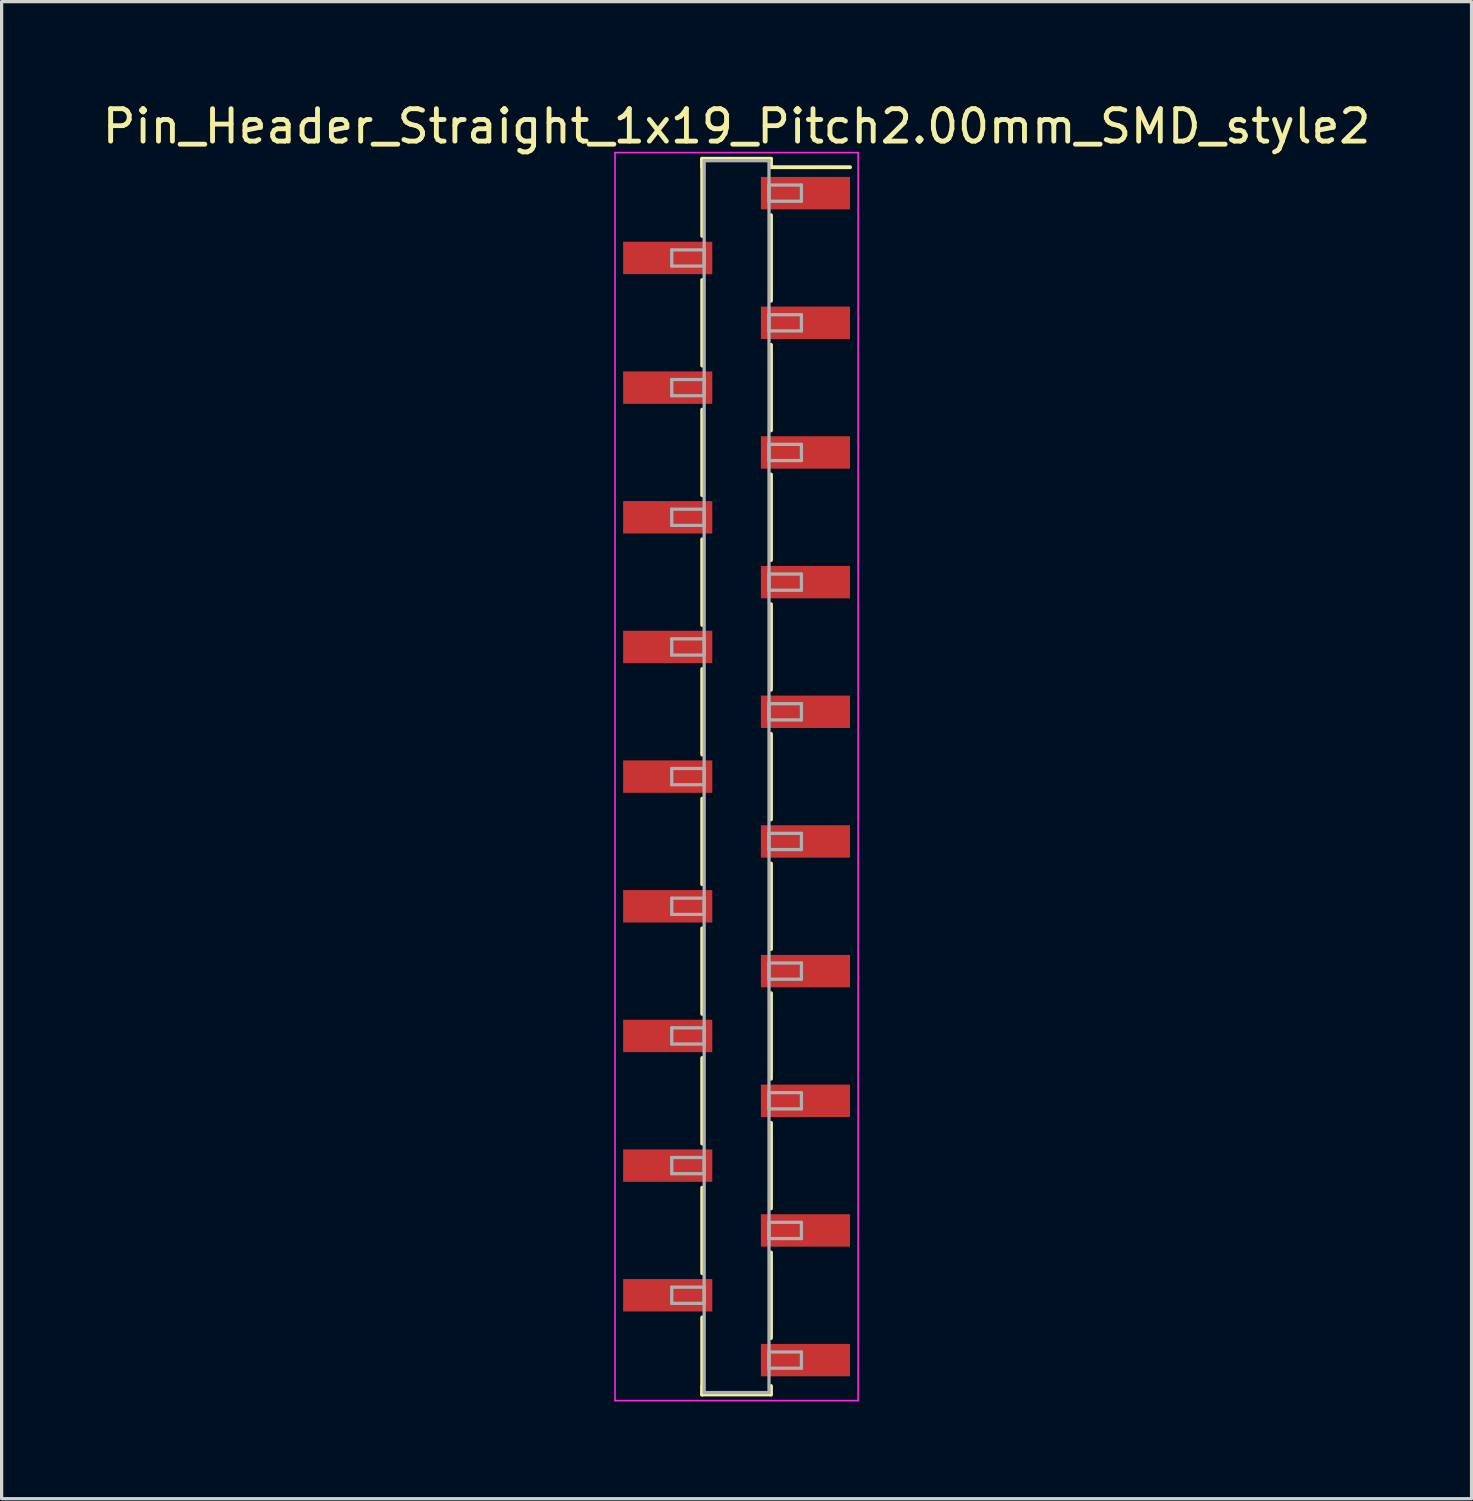
<source format=kicad_pcb>
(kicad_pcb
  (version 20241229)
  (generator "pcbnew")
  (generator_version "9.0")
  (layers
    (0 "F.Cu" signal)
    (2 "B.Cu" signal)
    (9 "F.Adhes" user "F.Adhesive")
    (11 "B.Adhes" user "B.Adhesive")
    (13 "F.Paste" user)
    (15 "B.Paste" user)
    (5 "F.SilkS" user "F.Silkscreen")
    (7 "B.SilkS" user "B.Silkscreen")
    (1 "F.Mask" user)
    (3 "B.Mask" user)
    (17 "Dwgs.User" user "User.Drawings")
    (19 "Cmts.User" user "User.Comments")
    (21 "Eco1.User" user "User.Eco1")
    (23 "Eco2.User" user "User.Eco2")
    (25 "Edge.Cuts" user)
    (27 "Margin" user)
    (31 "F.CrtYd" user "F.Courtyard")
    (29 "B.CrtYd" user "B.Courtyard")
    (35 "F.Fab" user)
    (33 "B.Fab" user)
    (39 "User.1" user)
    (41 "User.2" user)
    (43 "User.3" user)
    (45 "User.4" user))
  (footprint "Pin_Header_Straight_1x19_Pitch2.00mm_SMD_style2"
    (layer "F.Cu")
    (at 19.673 20.908)
    (property "Reference" "Pin_Header_Straight_1x19_Pitch2.00mm_SMD_style2" (at 0 -20.06 0) (layer "F.SilkS") (effects (font (size 1 1) (thickness 0.15))))
    (attr smd)
    (fp_line (start -1.06 -19.06) (end -1.06 -16.68) (stroke (width 0.12) (type solid)) (layer "F.SilkS"))
    (fp_line (start -1.06 -19.06) (end 1.06 -19.06) (stroke (width 0.12) (type solid)) (layer "F.SilkS"))
    (fp_line (start -1.06 -18.8) (end -1.06 -19.06) (stroke (width 0.12) (type solid)) (layer "F.SilkS"))
    (fp_line (start -1.06 -15.32) (end -1.06 -12.68) (stroke (width 0.12) (type solid)) (layer "F.SilkS"))
    (fp_line (start -1.06 -11.32) (end -1.06 -8.68) (stroke (width 0.12) (type solid)) (layer "F.SilkS"))
    (fp_line (start -1.06 -7.32) (end -1.06 -4.68) (stroke (width 0.12) (type solid)) (layer "F.SilkS"))
    (fp_line (start -1.06 -3.32) (end -1.06 -0.68) (stroke (width 0.12) (type solid)) (layer "F.SilkS"))
    (fp_line (start -1.06 0.68) (end -1.06 3.32) (stroke (width 0.12) (type solid)) (layer "F.SilkS"))
    (fp_line (start -1.06 4.68) (end -1.06 7.32) (stroke (width 0.12) (type solid)) (layer "F.SilkS"))
    (fp_line (start -1.06 8.68) (end -1.06 11.32) (stroke (width 0.12) (type solid)) (layer "F.SilkS"))
    (fp_line (start -1.06 12.68) (end -1.06 15.32) (stroke (width 0.12) (type solid)) (layer "F.SilkS"))
    (fp_line (start -1.06 16.68) (end -1.06 19.06) (stroke (width 0.12) (type solid)) (layer "F.SilkS"))
    (fp_line (start -1.06 18.8) (end -1.06 19.06) (stroke (width 0.12) (type solid)) (layer "F.SilkS"))
    (fp_line (start -1.06 19.06) (end 1.06 19.06) (stroke (width 0.12) (type solid)) (layer "F.SilkS"))
    (fp_line (start 1.06 -19.06) (end 1.06 -18.8) (stroke (width 0.12) (type solid)) (layer "F.SilkS"))
    (fp_line (start 1.06 -18.8) (end 3.5 -18.8) (stroke (width 0.12) (type solid)) (layer "F.SilkS"))
    (fp_line (start 1.06 -17.32) (end 1.06 -14.68) (stroke (width 0.12) (type solid)) (layer "F.SilkS"))
    (fp_line (start 1.06 -13.32) (end 1.06 -10.68) (stroke (width 0.12) (type solid)) (layer "F.SilkS"))
    (fp_line (start 1.06 -9.32) (end 1.06 -6.68) (stroke (width 0.12) (type solid)) (layer "F.SilkS"))
    (fp_line (start 1.06 -5.32) (end 1.06 -2.68) (stroke (width 0.12) (type solid)) (layer "F.SilkS"))
    (fp_line (start 1.06 -1.32) (end 1.06 1.32) (stroke (width 0.12) (type solid)) (layer "F.SilkS"))
    (fp_line (start 1.06 2.68) (end 1.06 5.32) (stroke (width 0.12) (type solid)) (layer "F.SilkS"))
    (fp_line (start 1.06 6.68) (end 1.06 9.32) (stroke (width 0.12) (type solid)) (layer "F.SilkS"))
    (fp_line (start 1.06 10.68) (end 1.06 13.32) (stroke (width 0.12) (type solid)) (layer "F.SilkS"))
    (fp_line (start 1.06 14.68) (end 1.06 17.32) (stroke (width 0.12) (type solid)) (layer "F.SilkS"))
    (fp_line (start 1.06 19.06) (end 1.06 18.8) (stroke (width 0.12) (type solid)) (layer "F.SilkS"))
    (fp_line (start -3.75 -19.25) (end -3.75 19.25) (stroke (width 0.05) (type solid)) (layer "F.CrtYd"))
    (fp_line (start -3.75 19.25) (end 3.75 19.25) (stroke (width 0.05) (type solid)) (layer "F.CrtYd"))
    (fp_line (start 3.75 -19.25) (end -3.75 -19.25) (stroke (width 0.05) (type solid)) (layer "F.CrtYd"))
    (fp_line (start 3.75 19.25) (end 3.75 -19.25) (stroke (width 0.05) (type solid)) (layer "F.CrtYd"))
    (fp_line (start -2 -16.25) (end -1 -16.25) (stroke (width 0.1) (type solid)) (layer "F.Fab"))
    (fp_line (start -2 -15.75) (end -2 -16.25) (stroke (width 0.1) (type solid)) (layer "F.Fab"))
    (fp_line (start -2 -12.25) (end -1 -12.25) (stroke (width 0.1) (type solid)) (layer "F.Fab"))
    (fp_line (start -2 -11.75) (end -2 -12.25) (stroke (width 0.1) (type solid)) (layer "F.Fab"))
    (fp_line (start -2 -8.25) (end -1 -8.25) (stroke (width 0.1) (type solid)) (layer "F.Fab"))
    (fp_line (start -2 -7.75) (end -2 -8.25) (stroke (width 0.1) (type solid)) (layer "F.Fab"))
    (fp_line (start -2 -4.25) (end -1 -4.25) (stroke (width 0.1) (type solid)) (layer "F.Fab"))
    (fp_line (start -2 -3.75) (end -2 -4.25) (stroke (width 0.1) (type solid)) (layer "F.Fab"))
    (fp_line (start -2 -0.25) (end -1 -0.25) (stroke (width 0.1) (type solid)) (layer "F.Fab"))
    (fp_line (start -2 0.25) (end -2 -0.25) (stroke (width 0.1) (type solid)) (layer "F.Fab"))
    (fp_line (start -2 3.75) (end -1 3.75) (stroke (width 0.1) (type solid)) (layer "F.Fab"))
    (fp_line (start -2 4.25) (end -2 3.75) (stroke (width 0.1) (type solid)) (layer "F.Fab"))
    (fp_line (start -2 7.75) (end -1 7.75) (stroke (width 0.1) (type solid)) (layer "F.Fab"))
    (fp_line (start -2 8.25) (end -2 7.75) (stroke (width 0.1) (type solid)) (layer "F.Fab"))
    (fp_line (start -2 11.75) (end -1 11.75) (stroke (width 0.1) (type solid)) (layer "F.Fab"))
    (fp_line (start -2 12.25) (end -2 11.75) (stroke (width 0.1) (type solid)) (layer "F.Fab"))
    (fp_line (start -2 15.75) (end -1 15.75) (stroke (width 0.1) (type solid)) (layer "F.Fab"))
    (fp_line (start -2 16.25) (end -2 15.75) (stroke (width 0.1) (type solid)) (layer "F.Fab"))
    (fp_line (start -1 -19) (end -1 19) (stroke (width 0.1) (type solid)) (layer "F.Fab"))
    (fp_line (start -1 -16.25) (end -1 -15.75) (stroke (width 0.1) (type solid)) (layer "F.Fab"))
    (fp_line (start -1 -15.75) (end -2 -15.75) (stroke (width 0.1) (type solid)) (layer "F.Fab"))
    (fp_line (start -1 -12.25) (end -1 -11.75) (stroke (width 0.1) (type solid)) (layer "F.Fab"))
    (fp_line (start -1 -11.75) (end -2 -11.75) (stroke (width 0.1) (type solid)) (layer "F.Fab"))
    (fp_line (start -1 -8.25) (end -1 -7.75) (stroke (width 0.1) (type solid)) (layer "F.Fab"))
    (fp_line (start -1 -7.75) (end -2 -7.75) (stroke (width 0.1) (type solid)) (layer "F.Fab"))
    (fp_line (start -1 -4.25) (end -1 -3.75) (stroke (width 0.1) (type solid)) (layer "F.Fab"))
    (fp_line (start -1 -3.75) (end -2 -3.75) (stroke (width 0.1) (type solid)) (layer "F.Fab"))
    (fp_line (start -1 -0.25) (end -1 0.25) (stroke (width 0.1) (type solid)) (layer "F.Fab"))
    (fp_line (start -1 0.25) (end -2 0.25) (stroke (width 0.1) (type solid)) (layer "F.Fab"))
    (fp_line (start -1 3.75) (end -1 4.25) (stroke (width 0.1) (type solid)) (layer "F.Fab"))
    (fp_line (start -1 4.25) (end -2 4.25) (stroke (width 0.1) (type solid)) (layer "F.Fab"))
    (fp_line (start -1 7.75) (end -1 8.25) (stroke (width 0.1) (type solid)) (layer "F.Fab"))
    (fp_line (start -1 8.25) (end -2 8.25) (stroke (width 0.1) (type solid)) (layer "F.Fab"))
    (fp_line (start -1 11.75) (end -1 12.25) (stroke (width 0.1) (type solid)) (layer "F.Fab"))
    (fp_line (start -1 12.25) (end -2 12.25) (stroke (width 0.1) (type solid)) (layer "F.Fab"))
    (fp_line (start -1 15.75) (end -1 16.25) (stroke (width 0.1) (type solid)) (layer "F.Fab"))
    (fp_line (start -1 16.25) (end -2 16.25) (stroke (width 0.1) (type solid)) (layer "F.Fab"))
    (fp_line (start -1 19) (end 1 19) (stroke (width 0.1) (type solid)) (layer "F.Fab"))
    (fp_line (start 1 -19) (end -1 -19) (stroke (width 0.1) (type solid)) (layer "F.Fab"))
    (fp_line (start 1 -18.25) (end 1 -17.75) (stroke (width 0.1) (type solid)) (layer "F.Fab"))
    (fp_line (start 1 -17.75) (end 2 -17.75) (stroke (width 0.1) (type solid)) (layer "F.Fab"))
    (fp_line (start 1 -14.25) (end 1 -13.75) (stroke (width 0.1) (type solid)) (layer "F.Fab"))
    (fp_line (start 1 -13.75) (end 2 -13.75) (stroke (width 0.1) (type solid)) (layer "F.Fab"))
    (fp_line (start 1 -10.25) (end 1 -9.75) (stroke (width 0.1) (type solid)) (layer "F.Fab"))
    (fp_line (start 1 -9.75) (end 2 -9.75) (stroke (width 0.1) (type solid)) (layer "F.Fab"))
    (fp_line (start 1 -6.25) (end 1 -5.75) (stroke (width 0.1) (type solid)) (layer "F.Fab"))
    (fp_line (start 1 -5.75) (end 2 -5.75) (stroke (width 0.1) (type solid)) (layer "F.Fab"))
    (fp_line (start 1 -2.25) (end 1 -1.75) (stroke (width 0.1) (type solid)) (layer "F.Fab"))
    (fp_line (start 1 -1.75) (end 2 -1.75) (stroke (width 0.1) (type solid)) (layer "F.Fab"))
    (fp_line (start 1 1.75) (end 1 2.25) (stroke (width 0.1) (type solid)) (layer "F.Fab"))
    (fp_line (start 1 2.25) (end 2 2.25) (stroke (width 0.1) (type solid)) (layer "F.Fab"))
    (fp_line (start 1 5.75) (end 1 6.25) (stroke (width 0.1) (type solid)) (layer "F.Fab"))
    (fp_line (start 1 6.25) (end 2 6.25) (stroke (width 0.1) (type solid)) (layer "F.Fab"))
    (fp_line (start 1 9.75) (end 1 10.25) (stroke (width 0.1) (type solid)) (layer "F.Fab"))
    (fp_line (start 1 10.25) (end 2 10.25) (stroke (width 0.1) (type solid)) (layer "F.Fab"))
    (fp_line (start 1 13.75) (end 1 14.25) (stroke (width 0.1) (type solid)) (layer "F.Fab"))
    (fp_line (start 1 14.25) (end 2 14.25) (stroke (width 0.1) (type solid)) (layer "F.Fab"))
    (fp_line (start 1 17.75) (end 1 18.25) (stroke (width 0.1) (type solid)) (layer "F.Fab"))
    (fp_line (start 1 18.25) (end 2 18.25) (stroke (width 0.1) (type solid)) (layer "F.Fab"))
    (fp_line (start 1 19) (end 1 -19) (stroke (width 0.1) (type solid)) (layer "F.Fab"))
    (fp_line (start 2 -18.25) (end 1 -18.25) (stroke (width 0.1) (type solid)) (layer "F.Fab"))
    (fp_line (start 2 -17.75) (end 2 -18.25) (stroke (width 0.1) (type solid)) (layer "F.Fab"))
    (fp_line (start 2 -14.25) (end 1 -14.25) (stroke (width 0.1) (type solid)) (layer "F.Fab"))
    (fp_line (start 2 -13.75) (end 2 -14.25) (stroke (width 0.1) (type solid)) (layer "F.Fab"))
    (fp_line (start 2 -10.25) (end 1 -10.25) (stroke (width 0.1) (type solid)) (layer "F.Fab"))
    (fp_line (start 2 -9.75) (end 2 -10.25) (stroke (width 0.1) (type solid)) (layer "F.Fab"))
    (fp_line (start 2 -6.25) (end 1 -6.25) (stroke (width 0.1) (type solid)) (layer "F.Fab"))
    (fp_line (start 2 -5.75) (end 2 -6.25) (stroke (width 0.1) (type solid)) (layer "F.Fab"))
    (fp_line (start 2 -2.25) (end 1 -2.25) (stroke (width 0.1) (type solid)) (layer "F.Fab"))
    (fp_line (start 2 -1.75) (end 2 -2.25) (stroke (width 0.1) (type solid)) (layer "F.Fab"))
    (fp_line (start 2 1.75) (end 1 1.75) (stroke (width 0.1) (type solid)) (layer "F.Fab"))
    (fp_line (start 2 2.25) (end 2 1.75) (stroke (width 0.1) (type solid)) (layer "F.Fab"))
    (fp_line (start 2 5.75) (end 1 5.75) (stroke (width 0.1) (type solid)) (layer "F.Fab"))
    (fp_line (start 2 6.25) (end 2 5.75) (stroke (width 0.1) (type solid)) (layer "F.Fab"))
    (fp_line (start 2 9.75) (end 1 9.75) (stroke (width 0.1) (type solid)) (layer "F.Fab"))
    (fp_line (start 2 10.25) (end 2 9.75) (stroke (width 0.1) (type solid)) (layer "F.Fab"))
    (fp_line (start 2 13.75) (end 1 13.75) (stroke (width 0.1) (type solid)) (layer "F.Fab"))
    (fp_line (start 2 14.25) (end 2 13.75) (stroke (width 0.1) (type solid)) (layer "F.Fab"))
    (fp_line (start 2 17.75) (end 1 17.75) (stroke (width 0.1) (type solid)) (layer "F.Fab"))
    (fp_line (start 2 18.25) (end 2 17.75) (stroke (width 0.1) (type solid)) (layer "F.Fab"))
    (pad "1" smd rect (at 2.125 -18) (size 2.75 1) (layers "F.Cu" "F.Mask"))
    (pad "2" smd rect (at -2.125 -16) (size 2.75 1) (layers "F.Cu" "F.Mask"))
    (pad "3" smd rect (at 2.125 -14) (size 2.75 1) (layers "F.Cu" "F.Mask"))
    (pad "4" smd rect (at -2.125 -12) (size 2.75 1) (layers "F.Cu" "F.Mask"))
    (pad "5" smd rect (at 2.125 -10) (size 2.75 1) (layers "F.Cu" "F.Mask"))
    (pad "6" smd rect (at -2.125 -8) (size 2.75 1) (layers "F.Cu" "F.Mask"))
    (pad "7" smd rect (at 2.125 -6) (size 2.75 1) (layers "F.Cu" "F.Mask"))
    (pad "8" smd rect (at -2.125 -4) (size 2.75 1) (layers "F.Cu" "F.Mask"))
    (pad "9" smd rect (at 2.125 -2) (size 2.75 1) (layers "F.Cu" "F.Mask"))
    (pad "10" smd rect (at -2.125 0) (size 2.75 1) (layers "F.Cu" "F.Mask"))
    (pad "11" smd rect (at 2.125 2) (size 2.75 1) (layers "F.Cu" "F.Mask"))
    (pad "12" smd rect (at -2.125 4) (size 2.75 1) (layers "F.Cu" "F.Mask"))
    (pad "13" smd rect (at 2.125 6) (size 2.75 1) (layers "F.Cu" "F.Mask"))
    (pad "14" smd rect (at -2.125 8) (size 2.75 1) (layers "F.Cu" "F.Mask"))
    (pad "15" smd rect (at 2.125 10) (size 2.75 1) (layers "F.Cu" "F.Mask"))
    (pad "16" smd rect (at -2.125 12) (size 2.75 1) (layers "F.Cu" "F.Mask"))
    (pad "17" smd rect (at 2.125 14) (size 2.75 1) (layers "F.Cu" "F.Mask"))
    (pad "18" smd rect (at -2.125 16) (size 2.75 1) (layers "F.Cu" "F.Mask"))
    (pad "19" smd rect (at 2.125 18) (size 2.75 1) (layers "F.Cu" "F.Mask")))
  (gr_rect
    (start -3 -3)
    (end 42.345 43.183)
    (stroke (width 0.1) (type default))
    (fill no)
    (layer "Edge.Cuts")))
</source>
